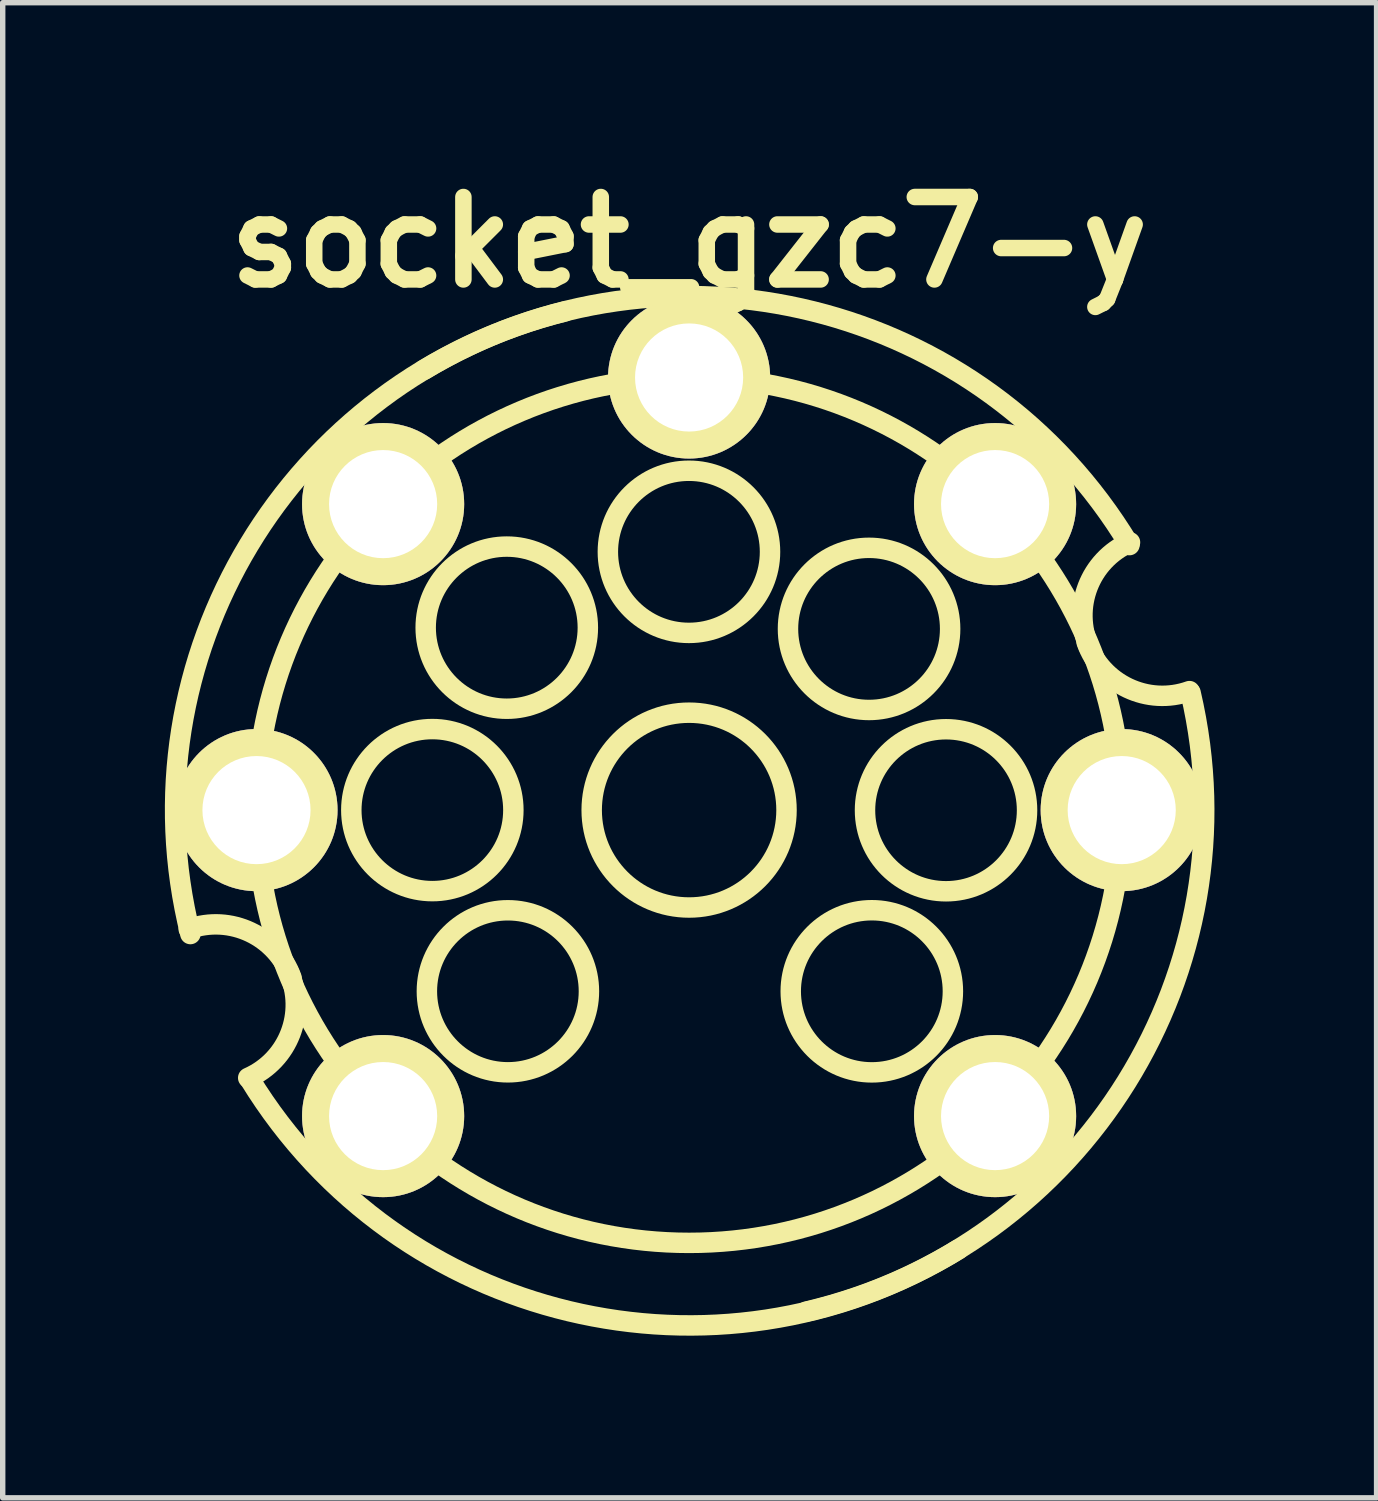
<source format=kicad_pcb>
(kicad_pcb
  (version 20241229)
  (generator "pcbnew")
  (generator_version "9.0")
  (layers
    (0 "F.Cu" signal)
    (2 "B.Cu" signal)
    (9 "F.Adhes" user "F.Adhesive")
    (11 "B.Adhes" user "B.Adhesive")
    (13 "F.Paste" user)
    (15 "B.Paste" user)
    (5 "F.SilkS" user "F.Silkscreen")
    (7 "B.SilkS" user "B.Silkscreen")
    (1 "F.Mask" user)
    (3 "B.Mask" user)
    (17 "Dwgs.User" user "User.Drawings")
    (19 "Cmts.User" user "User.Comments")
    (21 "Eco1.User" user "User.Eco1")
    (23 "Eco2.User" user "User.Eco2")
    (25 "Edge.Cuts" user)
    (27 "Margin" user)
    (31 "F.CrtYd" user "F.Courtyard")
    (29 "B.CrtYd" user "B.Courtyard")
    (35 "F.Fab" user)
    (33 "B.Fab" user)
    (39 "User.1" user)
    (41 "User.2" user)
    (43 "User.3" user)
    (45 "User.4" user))
  (footprint "socket_gzc7-y"
    (layer "F.Cu")
    (at 9.69 11.927)
    (property "Reference" "socket_gzc7-y" (at 0 -10.5 0) (layer "F.SilkS") (effects (font (size 1.524 1.524) (thickness 0.305))))
    (attr through_hole)
    (fp_arc (start -9.25068 2.19964) (mid -8.114498 2.255734) (end -7.35076 3.0988) (stroke (width 0.37846) (type solid)) (layer "F.SilkS"))
    (fp_arc (start -9.2202 2.29108) (mid -8.139704 -4.899628) (end -2.29108 -9.2202) (stroke (width 0.37846) (type solid)) (layer "F.SilkS"))
    (fp_arc (start -7.39902 2.99974) (mid -7.370933 4.130811) (end -8.15086 4.95046) (stroke (width 0.37846) (type solid)) (layer "F.SilkS"))
    (fp_arc (start -4.89966 -8.1407) (mid 2.291761 -9.220927) (end 8.1407 -4.89966) (stroke (width 0.37846) (type solid)) (layer "F.SilkS"))
    (fp_arc (start 4.98094 8.12038) (mid -2.219919 9.264032) (end -8.12038 4.98094) (stroke (width 0.37846) (type solid)) (layer "F.SilkS"))
    (fp_arc (start 7.39902 -2.99974) (mid 7.370933 -4.130811) (end 8.15086 -4.95046) (stroke (width 0.37846) (type solid)) (layer "F.SilkS"))
    (fp_arc (start 9.25068 -2.19964) (mid 8.114498 -2.255734) (end 7.35076 -3.0988) (stroke (width 0.37846) (type solid)) (layer "F.SilkS"))
    (fp_arc (start 9.271 -2.16916) (mid 8.089415 5.021759) (end 2.16916 9.271) (stroke (width 0.37846) (type solid)) (layer "F.SilkS"))
    (fp_circle (center -4.747 0) (end -3.249 0) (stroke (width 0.378) (type solid)) (fill no) (layer "F.SilkS"))
    (fp_circle (center -3.371 -3.373) (end -1.872 -3.373) (stroke (width 0.378) (type solid)) (fill no) (layer "F.SilkS"))
    (fp_circle (center -3.35 3.35) (end -1.852 3.35) (stroke (width 0.378) (type solid)) (fill no) (layer "F.SilkS"))
    (fp_circle (center -0.003 -4.775) (end 1.496 -4.775) (stroke (width 0.378) (type solid)) (fill no) (layer "F.SilkS"))
    (fp_circle (center 0 0) (end 1.801 0) (stroke (width 0.378) (type solid)) (fill no) (layer "F.SilkS"))
    (fp_circle (center 0 0) (end 8.001 0) (stroke (width 0.378) (type solid)) (fill no) (layer "F.SilkS"))
    (fp_circle (center 3.327 -3.35) (end 4.826 -3.35) (stroke (width 0.378) (type solid)) (fill no) (layer "F.SilkS"))
    (fp_circle (center 3.378 3.35) (end 4.877 3.35) (stroke (width 0.378) (type solid)) (fill no) (layer "F.SilkS"))
    (fp_circle (center 4.75 0.003) (end 6.248 0.003) (stroke (width 0.378) (type solid)) (fill no) (layer "F.SilkS"))
    (pad "1" thru_hole circle (at 5.657 5.657) (size 2.997 2.997) (drill 1.999) (layers "*.Cu" "*.Mask" "F.SilkS"))
    (pad "2" thru_hole circle (at 7.998 0) (size 2.997 2.997) (drill 1.999) (layers "*.Cu" "*.Mask" "F.SilkS"))
    (pad "3" thru_hole circle (at 5.657 -5.657) (size 2.997 2.997) (drill 1.999) (layers "*.Cu" "*.Mask" "F.SilkS"))
    (pad "4" thru_hole circle (at 0 -7.998) (size 2.997 2.997) (drill 1.999) (layers "*.Cu" "*.Mask" "F.SilkS"))
    (pad "5" thru_hole circle (at -5.657 -5.657) (size 2.997 2.997) (drill 1.999) (layers "*.Cu" "*.Mask" "F.SilkS"))
    (pad "6" thru_hole circle (at -7.998 0) (size 2.997 2.997) (drill 1.999) (layers "*.Cu" "*.Mask" "F.SilkS"))
    (pad "7" thru_hole circle (at -5.657 5.657) (size 2.997 2.997) (drill 1.999) (layers "*.Cu" "*.Mask" "F.SilkS")))
  (gr_rect
    (start -3 -3)
    (end 22.4 24.642)
    (stroke (width 0.1) (type default))
    (fill no)
    (layer "Edge.Cuts")))
</source>
